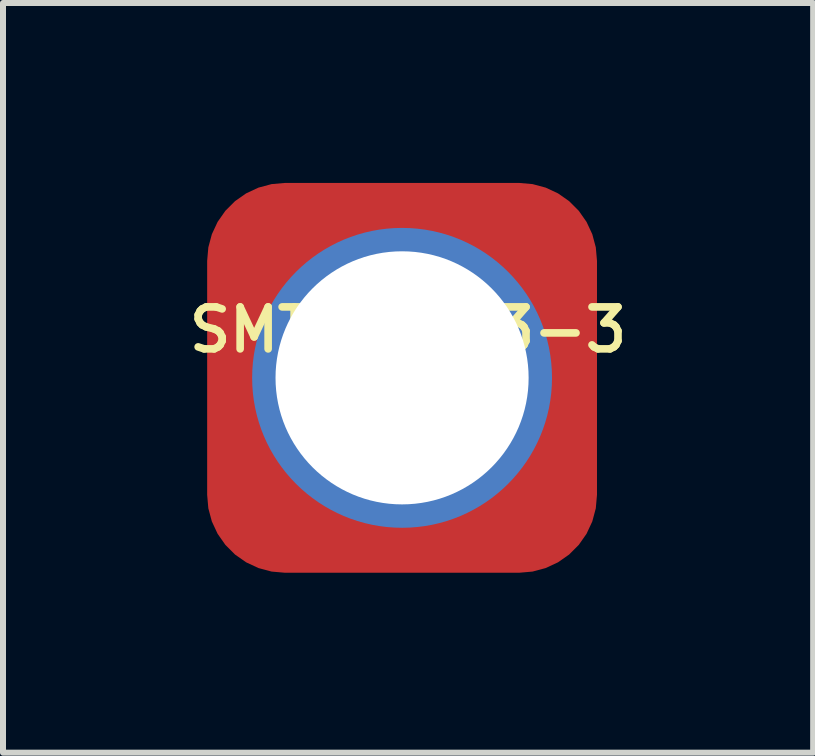
<source format=kicad_pcb>
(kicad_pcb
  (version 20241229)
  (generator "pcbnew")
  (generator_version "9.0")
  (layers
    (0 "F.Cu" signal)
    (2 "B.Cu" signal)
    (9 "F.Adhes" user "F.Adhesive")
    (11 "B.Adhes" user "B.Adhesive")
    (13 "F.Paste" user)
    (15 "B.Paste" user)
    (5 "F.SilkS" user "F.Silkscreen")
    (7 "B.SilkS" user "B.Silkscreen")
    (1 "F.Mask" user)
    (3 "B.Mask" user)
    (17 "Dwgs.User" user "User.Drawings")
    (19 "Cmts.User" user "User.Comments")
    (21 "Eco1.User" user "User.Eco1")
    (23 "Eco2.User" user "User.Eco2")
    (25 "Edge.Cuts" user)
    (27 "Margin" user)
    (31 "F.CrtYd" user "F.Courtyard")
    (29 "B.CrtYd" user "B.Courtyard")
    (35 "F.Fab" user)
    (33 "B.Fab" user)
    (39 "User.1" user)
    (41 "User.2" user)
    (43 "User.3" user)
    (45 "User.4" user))
  (footprint "SMTSO-M3-3"
    (layer "F.Cu")
    (at 3.654 3.25)
    (property "Reference" "SMTSO-M3-3" (at 0.1 -0.8 0) (layer "F.SilkS") (effects (font (size 0.7 0.7) (thickness 0.127))))
    (attr smd)
    (fp_arc (start -2.6 -1.002102) (mid -1.988743 -1.990845) (end -1 -2.602102) (stroke (width 1) (type solid)) (layer "F.Paste"))
    (fp_arc (start -1 2.6) (mid -1.988743 1.988743) (end -2.6 1) (stroke (width 1) (type solid)) (layer "F.Paste"))
    (fp_arc (start 1.002102 -2.602102) (mid 1.990845 -1.990845) (end 2.602102 -1.002102) (stroke (width 1) (type solid)) (layer "F.Paste"))
    (fp_arc (start 2.602102 1) (mid 1.990845 1.988743) (end 1.002102 2.6) (stroke (width 1) (type solid)) (layer "F.Paste"))
    (fp_poly (pts (xy -3.1 -2.2) (xy -2.2 -3.1) (xy -0.6 -3.1) (xy -0.6 -2.7) (xy -1.8 -1.65) (xy -2.602 -0.6) (xy -3.1 -0.6)) (stroke (width 0.12) (type solid)) (fill yes) (layer "F.Paste"))
    (fp_poly (pts (xy -2.2 3.1) (xy -3.1 2.2) (xy -3.1 0.6) (xy -2.7 0.6) (xy -1.65 1.8) (xy -0.6 2.602) (xy -0.6 3.1)) (stroke (width 0.12) (type solid)) (fill yes) (layer "F.Paste"))
    (fp_poly (pts (xy 2.2 -3.1) (xy 3.1 -2.2) (xy 3.1 -0.6) (xy 2.7 -0.6) (xy 1.65 -1.8) (xy 0.6 -2.602) (xy 0.6 -3.1)) (stroke (width 0.12) (type solid)) (fill yes) (layer "F.Paste"))
    (fp_poly (pts (xy 3.1 2.2) (xy 2.2 3.1) (xy 0.6 3.1) (xy 0.6 2.7) (xy 1.8 1.65) (xy 2.602 0.6) (xy 3.1 0.6)) (stroke (width 0.12) (type solid)) (fill yes) (layer "F.Paste"))
    (pad "1" thru_hole circle (at 0 0) (size 5 5) (drill 4.22) (layers "*.Cu" "*.Mask"))
    (pad "1" smd roundrect (at 0 0) (size 6.5 6.5) (layers "F.Cu" "F.Mask") (roundrect_rratio 0.2)))
  (gr_rect
    (start -3 -3)
    (end 10.508 9.5)
    (stroke (width 0.1) (type default))
    (fill no)
    (layer "Edge.Cuts")))
</source>
